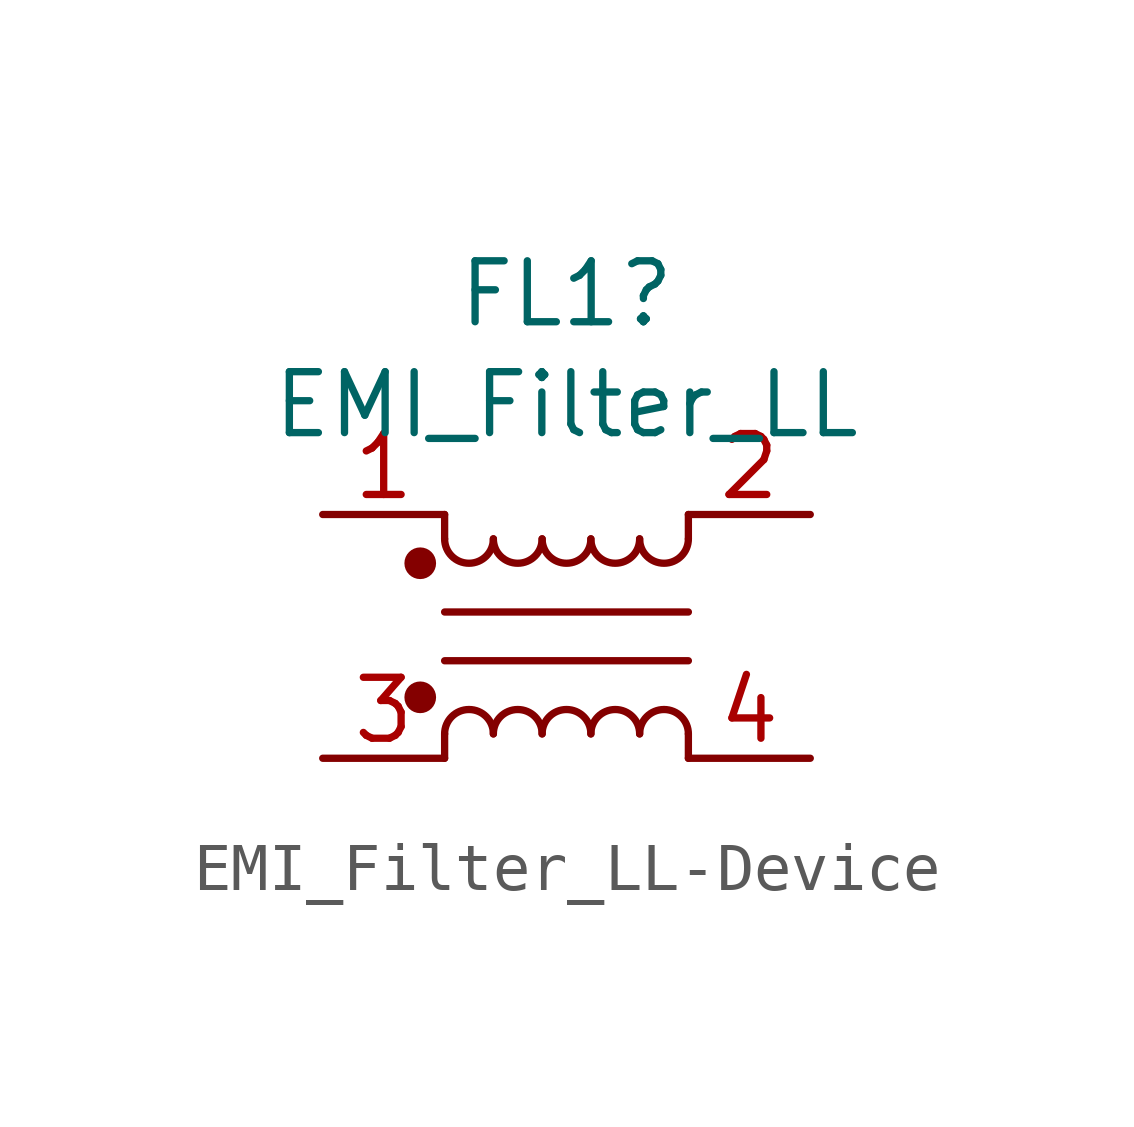
<source format=kicad_sym>
(kicad_symbol_lib
  (version 20220914)
  (generator kicad_symbol_editor)
  (symbol "EMI_Filter_LL-Device"
    (pin_names
      (offset 0.254) hide)
    (property "Reference" "FL1"
      (at 0 7.137 0)
      (effects (font (size 1.27 1.27))))
    (property "Value" "EMI_Filter_LL"
      (at 0 4.826 0)
      (effects (font (size 1.27 1.27))))
    (symbol "EMI_Filter_LL-Device_0_1"
      (circle (center -3.048 -1.27) (radius 0.254) (stroke (width 0) (type solid)) (fill (type outline)))
      (circle (center -3.048 1.524) (radius 0.254) (stroke (width 0) (type solid)) (fill (type outline)))
      (arc (start -2.54 2.032) (mid -2.032 1.5262) (end -1.524 2.032) (stroke (width 0) (type solid)) (fill (type none)))
      (arc (start -1.524 -2.032) (mid -2.032 -1.5262) (end -2.54 -2.032) (stroke (width 0) (type solid)) (fill (type none)))
      (arc (start -1.524 2.032) (mid -1.016 1.5262) (end -0.508 2.032) (stroke (width 0) (type solid)) (fill (type none)))
      (arc (start -0.508 -2.032) (mid -1.016 -1.5262) (end -1.524 -2.032) (stroke (width 0) (type solid)) (fill (type none)))
      (arc (start -0.508 2.032) (mid 0 1.5262) (end 0.508 2.032) (stroke (width 0) (type solid)) (fill (type none)))
      (polyline (pts (xy -2.54 -2.032) (xy -2.54 -2.54)) (stroke (width 0) (type solid)) (fill (type none)))
      (polyline (pts (xy -2.54 0.508) (xy 2.54 0.508)) (stroke (width 0) (type solid)) (fill (type none)))
      (polyline (pts (xy -2.54 2.032) (xy -2.54 2.54)) (stroke (width 0) (type solid)) (fill (type none)))
      (polyline (pts (xy 2.54 -2.032) (xy 2.54 -2.54)) (stroke (width 0) (type solid)) (fill (type none)))
      (polyline (pts (xy 2.54 -0.508) (xy -2.54 -0.508)) (stroke (width 0) (type solid)) (fill (type none)))
      (polyline (pts (xy 2.54 2.54) (xy 2.54 2.032)) (stroke (width 0) (type solid)) (fill (type none)))
      (arc (start 0.508 -2.032) (mid 0 -1.5262) (end -0.508 -2.032) (stroke (width 0) (type solid)) (fill (type none)))
      (arc (start 0.508 2.032) (mid 1.016 1.5262) (end 1.524 2.032) (stroke (width 0) (type solid)) (fill (type none)))
      (arc (start 1.524 -2.032) (mid 1.016 -1.5262) (end 0.508 -2.032) (stroke (width 0) (type solid)) (fill (type none)))
      (arc (start 1.524 2.032) (mid 2.032 1.5262) (end 2.54 2.032) (stroke (width 0) (type solid)) (fill (type none)))
      (arc (start 2.54 -2.032) (mid 2.032 -1.5262) (end 1.524 -2.032) (stroke (width 0) (type solid)) (fill (type none))))
    (symbol "EMI_Filter_LL-Device_1_1"
      (pin passive line (at -5.08 2.54 0) (length 2.54) (name "1" (effects (font (size 1.27 1.27)))) (number "1" (effects (font (size 1.27 1.27)))))
      (pin passive line (at 5.08 2.54 180) (length 2.54) (name "2" (effects (font (size 1.27 1.27)))) (number "2" (effects (font (size 1.27 1.27)))))
      (pin passive line (at -5.08 -2.54 0) (length 2.54) (name "3" (effects (font (size 1.27 1.27)))) (number "3" (effects (font (size 1.27 1.27)))))
      (pin passive line (at 5.08 -2.54 180) (length 2.54) (name "4" (effects (font (size 1.27 1.27)))) (number "4" (effects (font (size 1.27 1.27))))))))
</source>
